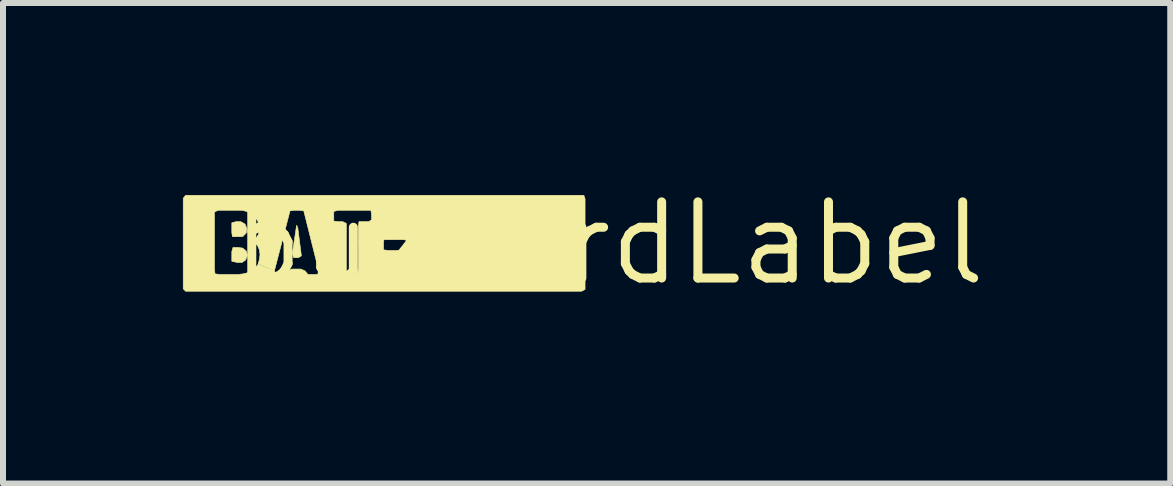
<source format=kicad_pcb>
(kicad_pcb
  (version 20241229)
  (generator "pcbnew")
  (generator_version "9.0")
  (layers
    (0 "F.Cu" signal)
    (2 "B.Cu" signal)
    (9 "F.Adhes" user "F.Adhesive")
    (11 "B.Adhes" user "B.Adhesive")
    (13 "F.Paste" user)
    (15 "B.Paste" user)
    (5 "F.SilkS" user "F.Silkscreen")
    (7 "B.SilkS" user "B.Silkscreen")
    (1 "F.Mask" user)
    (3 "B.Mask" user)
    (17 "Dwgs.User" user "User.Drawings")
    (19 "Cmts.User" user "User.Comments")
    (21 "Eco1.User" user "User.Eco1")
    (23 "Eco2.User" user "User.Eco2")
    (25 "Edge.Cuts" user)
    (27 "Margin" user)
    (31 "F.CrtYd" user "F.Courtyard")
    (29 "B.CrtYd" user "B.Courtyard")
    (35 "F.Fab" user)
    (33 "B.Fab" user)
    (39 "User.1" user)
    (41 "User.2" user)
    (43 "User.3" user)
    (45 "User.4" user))
  (footprint "buzzardLabel"
    (layer "F.Cu")
    (at 7.105 1.006)
    (property "Reference" "buzzardLabel" (at 0 0 0) (layer "F.SilkS") (effects (font (size 1.27 1.27) (thickness 0.15))))
    (attr board_only exclude_from_pos_files exclude_from_bom)
    (fp_poly (pts (xy -5.26 0.24) (xy -5.18 0.24) (xy -5.13 0.21) (xy -5.19 -0.26) (xy -5.21 -0.3) (xy -5.28 0.17) (xy -5.26 0.24)) (stroke (width 0.01) (type solid)) (fill yes) (layer "F.SilkS"))
    (fp_poly (pts (xy -6.2 0.32) (xy -6.12 0.32) (xy -6.06 0.28) (xy -6.03 0.2) (xy -6.05 0.13) (xy -6.11 0.08) (xy -6.19 0.07) (xy -6.27 0.07) (xy -6.29 0.14) (xy -6.29 0.3) (xy -6.2 0.32)) (stroke (width 0.01) (type solid)) (fill yes) (layer "F.SilkS"))
    (fp_poly (pts (xy -6.26 -0.11) (xy -6.18 -0.11) (xy -6.11 -0.11) (xy -6.05 -0.17) (xy -6.04 -0.25) (xy -6.07 -0.32) (xy -6.14 -0.36) (xy -6.22 -0.36) (xy -6.29 -0.34) (xy -6.29 -0.18) (xy -6.28 -0.11) (xy -6.26 -0.11)) (stroke (width 0.01) (type solid)) (fill yes) (layer "F.SilkS"))
    (fp_poly (pts (xy -6.75 -0.8) (xy -7.06 -0.8) (xy -7.1 -0.75) (xy -7.1 0.76) (xy -7.06 0.8) (xy -0.46 0.8) (xy -0.4 0.77) (xy -0.4 -0.74) (xy -0.42 -0.8) (xy -6.7 -0.8) (xy -6.58 -0.52) (xy -6.52 -0.55) (xy -6.2 -0.55) (xy -6.12 -0.55) (xy -6.04 -0.53) (xy -5.97 -0.49) (xy -5.91 -0.44) (xy -5.86 -0.38) (xy -5.84 -0.3) (xy -5.83 -0.22) (xy -5.85 -0.14) (xy -5.89 -0.08) (xy -5.92 -0.02) (xy -5.86 0.04) (xy -5.83 0.11) (xy -5.82 0.19) (xy -5.83 0.27) (xy -5.85 0.34) (xy -5.58 0.46) (xy -5.34 -0.46) (xy -5.32 -0.54) (xy -5.25 -0.55) (xy -5.17 -0.55) (xy -5.09 -0.54) (xy -4.84 0.46) (xy -4.38 0.46) (xy -4.38 -0.33) (xy -4.44 -0.36) (xy -4.51 -0.36) (xy -4.59 -0.37) (xy -4.59 -0.45) (xy -4.59 -0.53) (xy -4.52 -0.55) (xy -4.05 -0.55) (xy -3.97 -0.55) (xy -3.96 -0.47) (xy -3.96 -0.39) (xy -3.74 -0.06) (xy -3.42 -0.06) (xy -3.35 -0.04) (xy -3.35 0.04) (xy -3.36 0.11) (xy -3.44 0.12) (xy -3.68 0.12) (xy -3.76 0.11) (xy -3.76 0.03) (xy -3.76 -0.05) (xy -3.74 -0.06) (xy -3.96 -0.39) (xy -4.01 -0.36) (xy -4.17 -0.36) (xy -4.18 -0.28) (xy -4.18 0.44) (xy -4.19 0.51) (xy -4.26 0.52) (xy -4.34 0.52) (xy -4.38 0.46) (xy -4.84 0.46) (xy -4.86 0.52) (xy -5.02 0.52) (xy -5.07 0.46) (xy -5.14 0.43) (xy -5.29 0.43) (xy -5.36 0.47) (xy -5.47 0.52) (xy -5.55 0.52) (xy -5.58 0.46) (xy -5.85 0.35) (xy -5.9 0.41) (xy -5.95 0.46) (xy -6.02 0.49) (xy -6.1 0.51) (xy -6.18 0.52) (xy -6.49 0.52) (xy -6.57 0.51) (xy -6.58 0.43) (xy -6.58 -0.52) (xy -6.7 -0.8) (xy -6.75 -0.8)) (stroke (width 0.01) (type solid)) (fill yes) (layer "F.SilkS")))
  (gr_rect
    (start -3 -3)
    (end 16.462 5.012)
    (stroke (width 0.1) (type default))
    (fill no)
    (layer "Edge.Cuts")))
</source>
